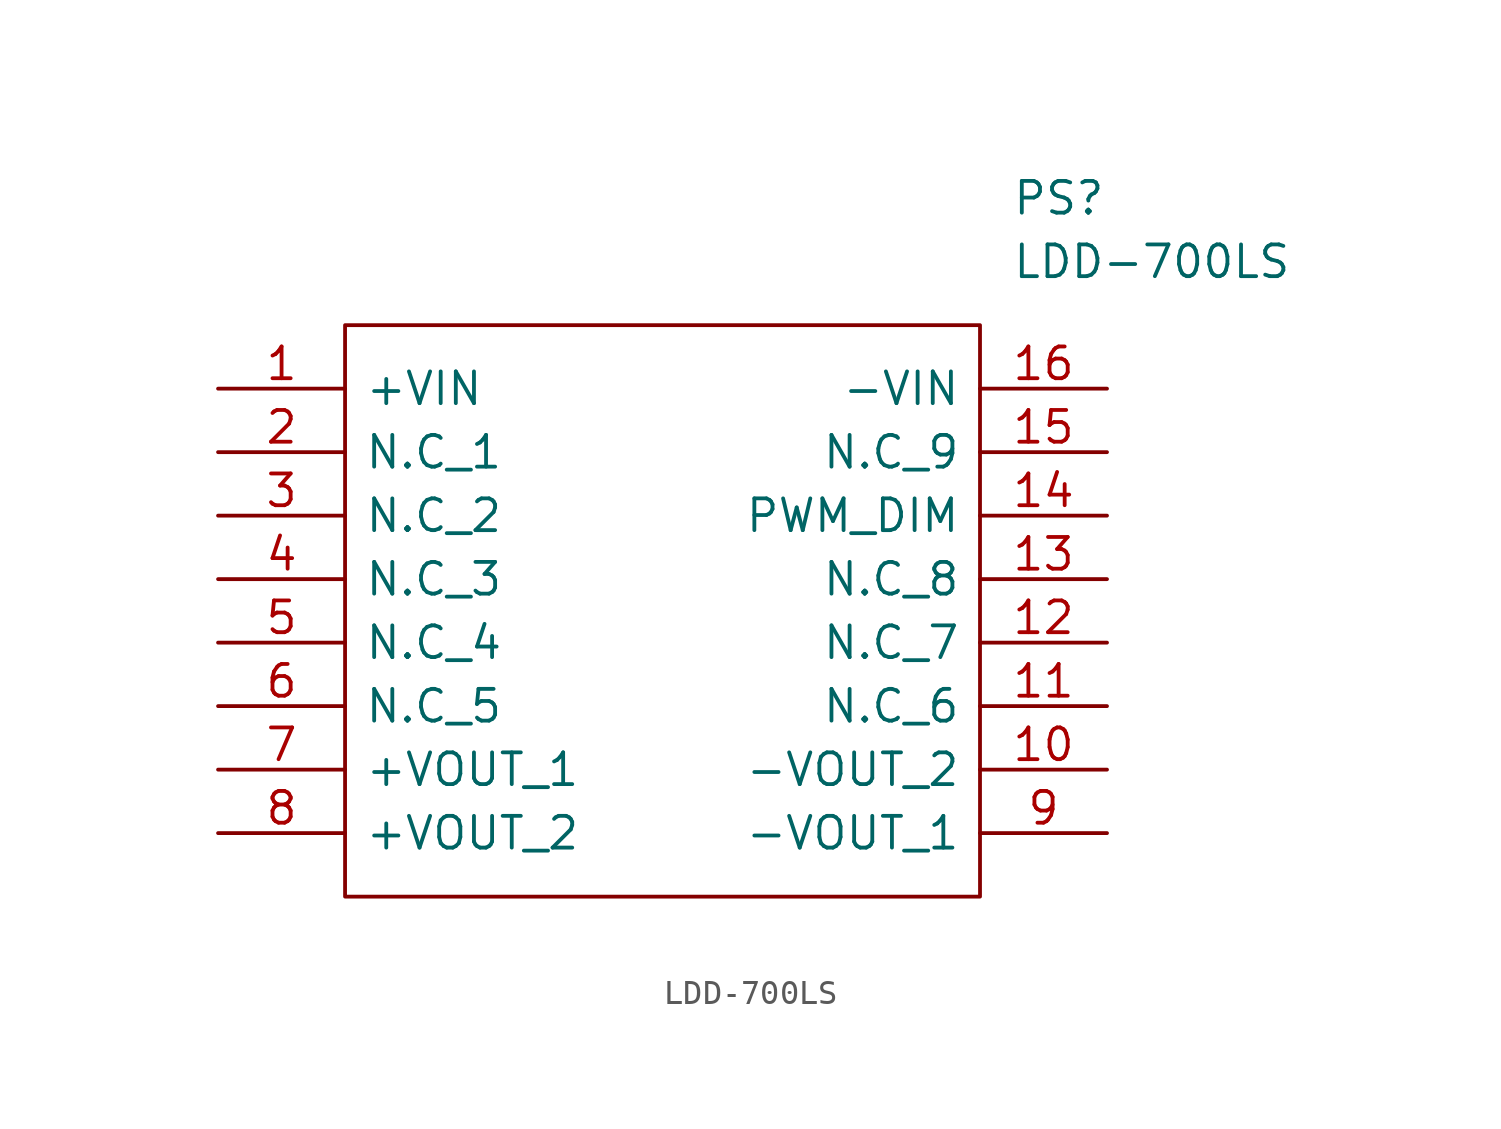
<source format=kicad_sym>
(kicad_symbol_lib
  (version 20220914)
  (generator kicad_symbol_editor)
  (symbol "LDD-700LS"
    (pin_names
      (offset 0.762))
    (property "Reference" "PS"
      (at 31.75 7.62 0)
      (effects (font (size 1.27 1.27)) (justify left)))
    (property "Value" "LDD-700LS"
      (at 31.75 5.08 0)
      (effects (font (size 1.27 1.27)) (justify left)))
    (symbol "LDD-700LS_0_0"
      (pin unspecified line (at 0 0 0) (length 5.08) (name "+VIN" (effects (font (size 1.27 1.27)))) (number "1" (effects (font (size 1.27 1.27)))))
      (pin unspecified line (at 35.56 -15.24 180) (length 5.08) (name "-VOUT_2" (effects (font (size 1.27 1.27)))) (number "10" (effects (font (size 1.27 1.27)))))
      (pin unspecified line (at 35.56 -12.7 180) (length 5.08) (name "N.C_6" (effects (font (size 1.27 1.27)))) (number "11" (effects (font (size 1.27 1.27)))))
      (pin unspecified line (at 35.56 -10.16 180) (length 5.08) (name "N.C_7" (effects (font (size 1.27 1.27)))) (number "12" (effects (font (size 1.27 1.27)))))
      (pin unspecified line (at 35.56 -7.62 180) (length 5.08) (name "N.C_8" (effects (font (size 1.27 1.27)))) (number "13" (effects (font (size 1.27 1.27)))))
      (pin unspecified line (at 35.56 -5.08 180) (length 5.08) (name "PWM_DIM" (effects (font (size 1.27 1.27)))) (number "14" (effects (font (size 1.27 1.27)))))
      (pin unspecified line (at 35.56 -2.54 180) (length 5.08) (name "N.C_9" (effects (font (size 1.27 1.27)))) (number "15" (effects (font (size 1.27 1.27)))))
      (pin unspecified line (at 35.56 0 180) (length 5.08) (name "-VIN" (effects (font (size 1.27 1.27)))) (number "16" (effects (font (size 1.27 1.27)))))
      (pin unspecified line (at 0 -2.54 0) (length 5.08) (name "N.C_1" (effects (font (size 1.27 1.27)))) (number "2" (effects (font (size 1.27 1.27)))))
      (pin unspecified line (at 0 -5.08 0) (length 5.08) (name "N.C_2" (effects (font (size 1.27 1.27)))) (number "3" (effects (font (size 1.27 1.27)))))
      (pin unspecified line (at 0 -7.62 0) (length 5.08) (name "N.C_3" (effects (font (size 1.27 1.27)))) (number "4" (effects (font (size 1.27 1.27)))))
      (pin unspecified line (at 0 -10.16 0) (length 5.08) (name "N.C_4" (effects (font (size 1.27 1.27)))) (number "5" (effects (font (size 1.27 1.27)))))
      (pin unspecified line (at 0 -12.7 0) (length 5.08) (name "N.C_5" (effects (font (size 1.27 1.27)))) (number "6" (effects (font (size 1.27 1.27)))))
      (pin unspecified line (at 0 -15.24 0) (length 5.08) (name "+VOUT_1" (effects (font (size 1.27 1.27)))) (number "7" (effects (font (size 1.27 1.27)))))
      (pin unspecified line (at 0 -17.78 0) (length 5.08) (name "+VOUT_2" (effects (font (size 1.27 1.27)))) (number "8" (effects (font (size 1.27 1.27)))))
      (pin unspecified line (at 35.56 -17.78 180) (length 5.08) (name "-VOUT_1" (effects (font (size 1.27 1.27)))) (number "9" (effects (font (size 1.27 1.27))))))
    (symbol "LDD-700LS_0_1"
      (polyline (pts (xy 5.08 2.54) (xy 30.48 2.54) (xy 30.48 -20.32) (xy 5.08 -20.32) (xy 5.08 2.54)) (stroke (width 0.152) (type solid)) (fill (type none))))))
</source>
